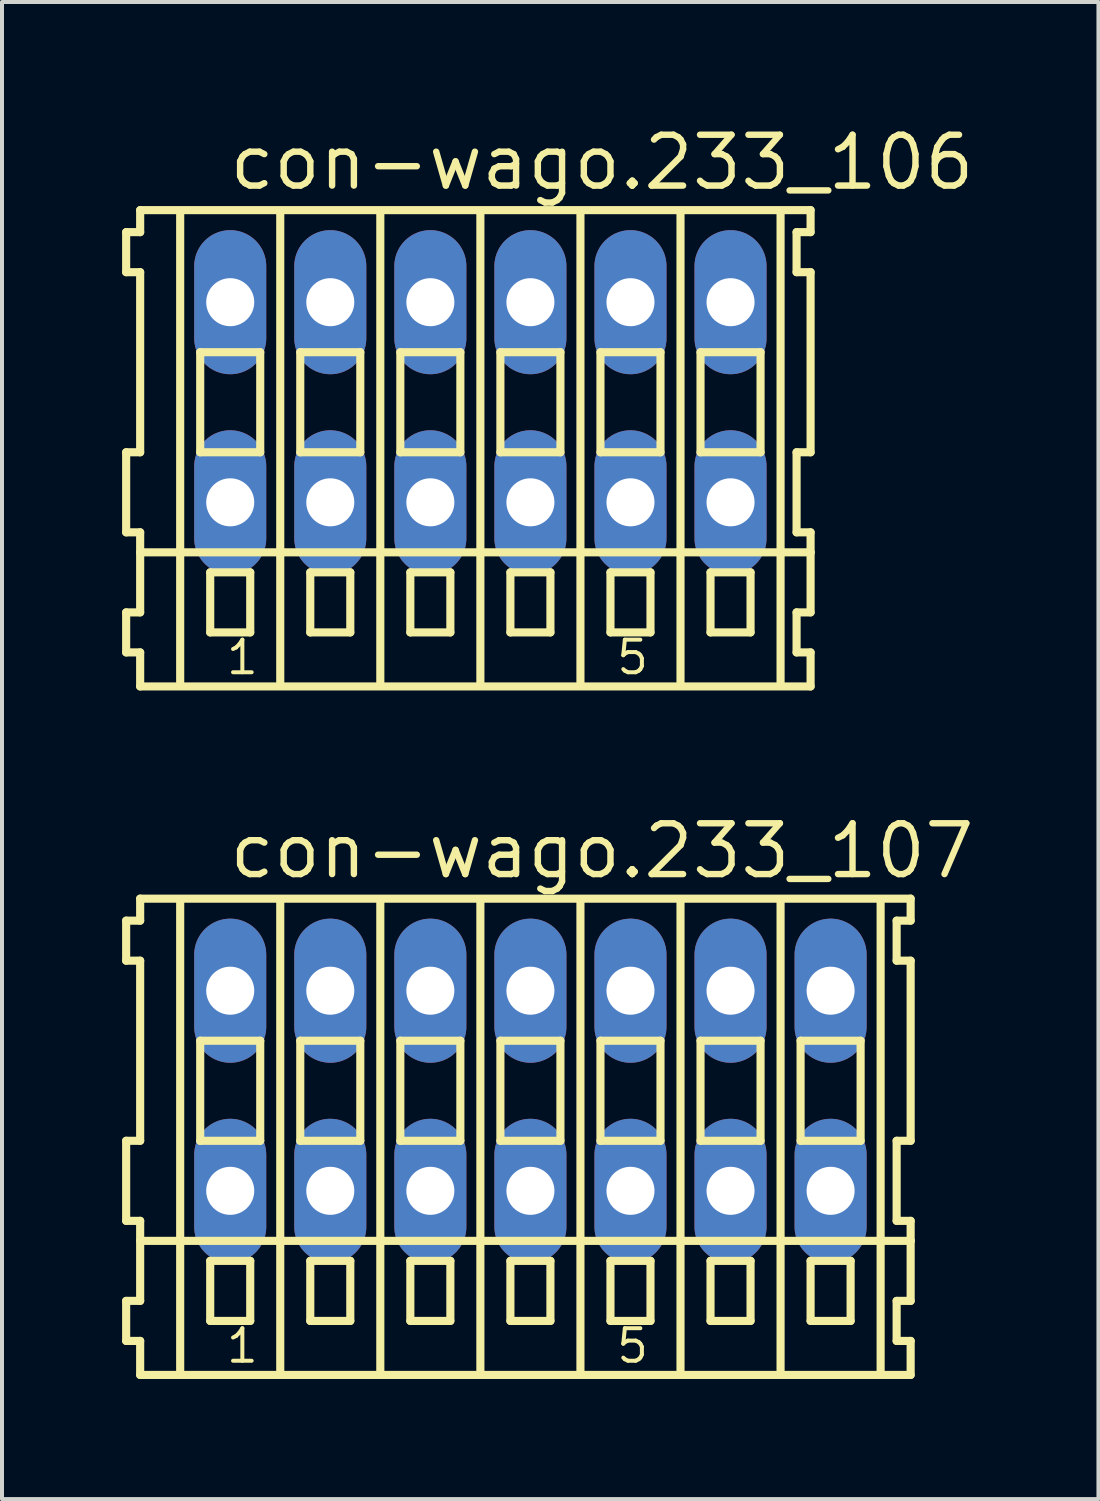
<source format=kicad_pcb>
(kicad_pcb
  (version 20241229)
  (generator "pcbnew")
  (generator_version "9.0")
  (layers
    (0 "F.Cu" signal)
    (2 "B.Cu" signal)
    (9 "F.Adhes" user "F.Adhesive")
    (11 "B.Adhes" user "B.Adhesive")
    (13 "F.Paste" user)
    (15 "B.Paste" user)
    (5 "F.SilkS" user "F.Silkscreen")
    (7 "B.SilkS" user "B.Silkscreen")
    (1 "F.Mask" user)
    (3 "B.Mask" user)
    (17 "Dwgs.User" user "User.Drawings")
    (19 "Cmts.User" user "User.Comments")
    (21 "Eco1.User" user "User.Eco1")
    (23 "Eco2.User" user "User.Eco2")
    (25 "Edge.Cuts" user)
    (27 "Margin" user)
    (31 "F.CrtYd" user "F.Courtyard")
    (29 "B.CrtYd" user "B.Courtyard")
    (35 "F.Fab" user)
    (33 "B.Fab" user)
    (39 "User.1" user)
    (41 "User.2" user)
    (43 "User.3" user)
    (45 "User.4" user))
  (footprint "con-wago.233_106"
    (layer "F.Cu")
    (at 8.952 7)
    (property "Reference" "con-wago.233_106" (at -6.35 -5.25 0) (layer "F.SilkS") (effects (font (size 1.27 1.27) (thickness 0.16)) (justify left bottom)))
    (attr through_hole)
    (fp_line (start -8.85 -4.25) (end -8.85 -3.25) (stroke (width 0.203) (type default)) (layer "F.SilkS"))
    (fp_line (start -8.85 -3.25) (end -8.5 -3.25) (stroke (width 0.203) (type default)) (layer "F.SilkS"))
    (fp_line (start -8.85 1.25) (end -8.85 3.25) (stroke (width 0.203) (type default)) (layer "F.SilkS"))
    (fp_line (start -8.85 3.25) (end -8.5 3.25) (stroke (width 0.203) (type default)) (layer "F.SilkS"))
    (fp_line (start -8.85 5.25) (end -8.85 6.25) (stroke (width 0.203) (type default)) (layer "F.SilkS"))
    (fp_line (start -8.85 6.25) (end -8.5 6.25) (stroke (width 0.203) (type default)) (layer "F.SilkS"))
    (fp_line (start -8.5 -4.8) (end -8.5 -4.25) (stroke (width 0.203) (type default)) (layer "F.SilkS"))
    (fp_line (start -8.5 -4.25) (end -8.85 -4.25) (stroke (width 0.203) (type default)) (layer "F.SilkS"))
    (fp_line (start -8.5 -3.25) (end -8.5 1.25) (stroke (width 0.203) (type default)) (layer "F.SilkS"))
    (fp_line (start -8.5 1.25) (end -8.85 1.25) (stroke (width 0.203) (type default)) (layer "F.SilkS"))
    (fp_line (start -8.5 3.25) (end -8.5 5.25) (stroke (width 0.203) (type default)) (layer "F.SilkS"))
    (fp_line (start -8.5 3.75) (end 8.25 3.75) (stroke (width 0.203) (type default)) (layer "F.SilkS"))
    (fp_line (start -8.5 5.25) (end -8.85 5.25) (stroke (width 0.203) (type default)) (layer "F.SilkS"))
    (fp_line (start -8.5 6.25) (end -8.5 7.1) (stroke (width 0.203) (type default)) (layer "F.SilkS"))
    (fp_line (start -8.5 7.1) (end 8.25 7.1) (stroke (width 0.203) (type default)) (layer "F.SilkS"))
    (fp_line (start -7.5 -4.75) (end -7.5 7) (stroke (width 0.203) (type default)) (layer "F.SilkS"))
    (fp_line (start -7 -1.25) (end -7 1.25) (stroke (width 0.203) (type default)) (layer "F.SilkS"))
    (fp_line (start -7 1.25) (end -5.5 1.25) (stroke (width 0.203) (type default)) (layer "F.SilkS"))
    (fp_line (start -6.75 4.25) (end -6.75 5.75) (stroke (width 0.203) (type default)) (layer "F.SilkS"))
    (fp_line (start -6.75 5.75) (end -5.75 5.75) (stroke (width 0.203) (type default)) (layer "F.SilkS"))
    (fp_line (start -5.75 4.25) (end -6.75 4.25) (stroke (width 0.203) (type default)) (layer "F.SilkS"))
    (fp_line (start -5.75 5.75) (end -5.75 4.25) (stroke (width 0.203) (type default)) (layer "F.SilkS"))
    (fp_line (start -5.5 -1.25) (end -7 -1.25) (stroke (width 0.203) (type default)) (layer "F.SilkS"))
    (fp_line (start -5.5 1.25) (end -5.5 -1.25) (stroke (width 0.203) (type default)) (layer "F.SilkS"))
    (fp_line (start -5 -4.75) (end -5 7) (stroke (width 0.203) (type default)) (layer "F.SilkS"))
    (fp_line (start -4.5 -1.25) (end -4.5 1.25) (stroke (width 0.203) (type default)) (layer "F.SilkS"))
    (fp_line (start -4.5 1.25) (end -3 1.25) (stroke (width 0.203) (type default)) (layer "F.SilkS"))
    (fp_line (start -4.25 4.25) (end -4.25 5.75) (stroke (width 0.203) (type default)) (layer "F.SilkS"))
    (fp_line (start -4.25 5.75) (end -3.25 5.75) (stroke (width 0.203) (type default)) (layer "F.SilkS"))
    (fp_line (start -3.25 4.25) (end -4.25 4.25) (stroke (width 0.203) (type default)) (layer "F.SilkS"))
    (fp_line (start -3.25 5.75) (end -3.25 4.25) (stroke (width 0.203) (type default)) (layer "F.SilkS"))
    (fp_line (start -3 -1.25) (end -4.5 -1.25) (stroke (width 0.203) (type default)) (layer "F.SilkS"))
    (fp_line (start -3 1.25) (end -3 -1.25) (stroke (width 0.203) (type default)) (layer "F.SilkS"))
    (fp_line (start -2.5 -4.75) (end -2.5 7) (stroke (width 0.203) (type default)) (layer "F.SilkS"))
    (fp_line (start -2 -1.25) (end -2 1.25) (stroke (width 0.203) (type default)) (layer "F.SilkS"))
    (fp_line (start -2 1.25) (end -0.5 1.25) (stroke (width 0.203) (type default)) (layer "F.SilkS"))
    (fp_line (start -1.75 4.25) (end -1.75 5.75) (stroke (width 0.203) (type default)) (layer "F.SilkS"))
    (fp_line (start -1.75 5.75) (end -0.75 5.75) (stroke (width 0.203) (type default)) (layer "F.SilkS"))
    (fp_line (start -0.75 4.25) (end -1.75 4.25) (stroke (width 0.203) (type default)) (layer "F.SilkS"))
    (fp_line (start -0.75 5.75) (end -0.75 4.25) (stroke (width 0.203) (type default)) (layer "F.SilkS"))
    (fp_line (start -0.5 -1.25) (end -2 -1.25) (stroke (width 0.203) (type default)) (layer "F.SilkS"))
    (fp_line (start -0.5 1.25) (end -0.5 -1.25) (stroke (width 0.203) (type default)) (layer "F.SilkS"))
    (fp_line (start 0 -4.75) (end 0 7) (stroke (width 0.203) (type default)) (layer "F.SilkS"))
    (fp_line (start 0.5 -1.25) (end 0.5 1.25) (stroke (width 0.203) (type default)) (layer "F.SilkS"))
    (fp_line (start 0.5 1.25) (end 2 1.25) (stroke (width 0.203) (type default)) (layer "F.SilkS"))
    (fp_line (start 0.75 4.25) (end 0.75 5.75) (stroke (width 0.203) (type default)) (layer "F.SilkS"))
    (fp_line (start 0.75 5.75) (end 1.75 5.75) (stroke (width 0.203) (type default)) (layer "F.SilkS"))
    (fp_line (start 1.75 4.25) (end 0.75 4.25) (stroke (width 0.203) (type default)) (layer "F.SilkS"))
    (fp_line (start 1.75 5.75) (end 1.75 4.25) (stroke (width 0.203) (type default)) (layer "F.SilkS"))
    (fp_line (start 2 -1.25) (end 0.5 -1.25) (stroke (width 0.203) (type default)) (layer "F.SilkS"))
    (fp_line (start 2 1.25) (end 2 -1.25) (stroke (width 0.203) (type default)) (layer "F.SilkS"))
    (fp_line (start 2.5 -4.75) (end 2.5 7) (stroke (width 0.203) (type default)) (layer "F.SilkS"))
    (fp_line (start 3 -1.25) (end 3 1.25) (stroke (width 0.203) (type default)) (layer "F.SilkS"))
    (fp_line (start 3 1.25) (end 4.5 1.25) (stroke (width 0.203) (type default)) (layer "F.SilkS"))
    (fp_line (start 3.25 4.25) (end 3.25 5.75) (stroke (width 0.203) (type default)) (layer "F.SilkS"))
    (fp_line (start 3.25 5.75) (end 4.25 5.75) (stroke (width 0.203) (type default)) (layer "F.SilkS"))
    (fp_line (start 4.25 4.25) (end 3.25 4.25) (stroke (width 0.203) (type default)) (layer "F.SilkS"))
    (fp_line (start 4.25 5.75) (end 4.25 4.25) (stroke (width 0.203) (type default)) (layer "F.SilkS"))
    (fp_line (start 4.5 -1.25) (end 3 -1.25) (stroke (width 0.203) (type default)) (layer "F.SilkS"))
    (fp_line (start 4.5 1.25) (end 4.5 -1.25) (stroke (width 0.203) (type default)) (layer "F.SilkS"))
    (fp_line (start 5 -4.75) (end 5 7) (stroke (width 0.203) (type default)) (layer "F.SilkS"))
    (fp_line (start 5.5 -1.25) (end 5.5 1.25) (stroke (width 0.203) (type default)) (layer "F.SilkS"))
    (fp_line (start 5.5 1.25) (end 7 1.25) (stroke (width 0.203) (type default)) (layer "F.SilkS"))
    (fp_line (start 5.75 4.25) (end 5.75 5.75) (stroke (width 0.203) (type default)) (layer "F.SilkS"))
    (fp_line (start 5.75 5.75) (end 6.75 5.75) (stroke (width 0.203) (type default)) (layer "F.SilkS"))
    (fp_line (start 6.75 4.25) (end 5.75 4.25) (stroke (width 0.203) (type default)) (layer "F.SilkS"))
    (fp_line (start 6.75 5.75) (end 6.75 4.25) (stroke (width 0.203) (type default)) (layer "F.SilkS"))
    (fp_line (start 7 -1.25) (end 5.5 -1.25) (stroke (width 0.203) (type default)) (layer "F.SilkS"))
    (fp_line (start 7 1.25) (end 7 -1.25) (stroke (width 0.203) (type default)) (layer "F.SilkS"))
    (fp_line (start 7.5 -4.75) (end 7.5 7) (stroke (width 0.203) (type default)) (layer "F.SilkS"))
    (fp_line (start 7.9 -4.25) (end 7.9 -3.25) (stroke (width 0.203) (type default)) (layer "F.SilkS"))
    (fp_line (start 7.9 -3.25) (end 8.25 -3.25) (stroke (width 0.203) (type default)) (layer "F.SilkS"))
    (fp_line (start 7.9 1.25) (end 7.9 3.25) (stroke (width 0.203) (type default)) (layer "F.SilkS"))
    (fp_line (start 7.9 3.25) (end 8.25 3.25) (stroke (width 0.203) (type default)) (layer "F.SilkS"))
    (fp_line (start 7.9 5.25) (end 7.9 6.25) (stroke (width 0.203) (type default)) (layer "F.SilkS"))
    (fp_line (start 7.9 6.25) (end 8.25 6.25) (stroke (width 0.203) (type default)) (layer "F.SilkS"))
    (fp_line (start 8.25 -4.8) (end -8.5 -4.8) (stroke (width 0.203) (type default)) (layer "F.SilkS"))
    (fp_line (start 8.25 -4.25) (end 7.9 -4.25) (stroke (width 0.203) (type default)) (layer "F.SilkS"))
    (fp_line (start 8.25 -4.25) (end 8.25 -4.8) (stroke (width 0.203) (type default)) (layer "F.SilkS"))
    (fp_line (start 8.25 1.25) (end 7.9 1.25) (stroke (width 0.203) (type default)) (layer "F.SilkS"))
    (fp_line (start 8.25 1.25) (end 8.25 -3.25) (stroke (width 0.203) (type default)) (layer "F.SilkS"))
    (fp_line (start 8.25 3.75) (end 8.25 3.25) (stroke (width 0.203) (type default)) (layer "F.SilkS"))
    (fp_line (start 8.25 5.25) (end 7.9 5.25) (stroke (width 0.203) (type default)) (layer "F.SilkS"))
    (fp_line (start 8.25 5.25) (end 8.25 3.75) (stroke (width 0.203) (type default)) (layer "F.SilkS"))
    (fp_line (start 8.25 7.1) (end 8.25 6.25) (stroke (width 0.203) (type default)) (layer "F.SilkS"))
    (fp_text user "5" (at 3.35 6.85 0) (layer "F.SilkS") (effects (font (size 0.813 0.813) (thickness 0.1)) (justify left bottom)))
    (fp_text user "1" (at -6.4 6.85 0) (layer "F.SilkS") (effects (font (size 0.813 0.813) (thickness 0.1)) (justify left bottom)))
    (pad "A1" thru_hole oval (at -6.25 -2.5 90) (size 3.6 1.8) (drill 1.2) (layers "*.Cu" "*.Mask"))
    (pad "A2" thru_hole oval (at -3.75 -2.5 90) (size 3.6 1.8) (drill 1.2) (layers "*.Cu" "*.Mask"))
    (pad "A3" thru_hole oval (at -1.25 -2.5 90) (size 3.6 1.8) (drill 1.2) (layers "*.Cu" "*.Mask"))
    (pad "A4" thru_hole oval (at 1.25 -2.5 90) (size 3.6 1.8) (drill 1.2) (layers "*.Cu" "*.Mask"))
    (pad "A5" thru_hole oval (at 3.75 -2.5 90) (size 3.6 1.8) (drill 1.2) (layers "*.Cu" "*.Mask"))
    (pad "A6" thru_hole oval (at 6.25 -2.5 90) (size 3.6 1.8) (drill 1.2) (layers "*.Cu" "*.Mask"))
    (pad "B1" thru_hole oval (at -6.25 2.5 90) (size 3.6 1.8) (drill 1.2) (layers "*.Cu" "*.Mask"))
    (pad "B2" thru_hole oval (at -3.75 2.5 90) (size 3.6 1.8) (drill 1.2) (layers "*.Cu" "*.Mask"))
    (pad "B3" thru_hole oval (at -1.25 2.5 90) (size 3.6 1.8) (drill 1.2) (layers "*.Cu" "*.Mask"))
    (pad "B4" thru_hole oval (at 1.25 2.5 90) (size 3.6 1.8) (drill 1.2) (layers "*.Cu" "*.Mask"))
    (pad "B5" thru_hole oval (at 3.75 2.5 90) (size 3.6 1.8) (drill 1.2) (layers "*.Cu" "*.Mask"))
    (pad "B6" thru_hole oval (at 6.25 2.5 90) (size 3.6 1.8) (drill 1.2) (layers "*.Cu" "*.Mask")))
  (footprint "con-wago.233_107"
    (layer "F.Cu")
    (at 10.202 24.202)
    (property "Reference" "con-wago.233_107" (at -7.6 -5.25 0) (layer "F.SilkS") (effects (font (size 1.27 1.27) (thickness 0.16)) (justify left bottom)))
    (attr through_hole)
    (fp_line (start -10.1 -4.25) (end -10.1 -3.25) (stroke (width 0.203) (type default)) (layer "F.SilkS"))
    (fp_line (start -10.1 -3.25) (end -9.75 -3.25) (stroke (width 0.203) (type default)) (layer "F.SilkS"))
    (fp_line (start -10.1 1.25) (end -10.1 3.25) (stroke (width 0.203) (type default)) (layer "F.SilkS"))
    (fp_line (start -10.1 3.25) (end -9.75 3.25) (stroke (width 0.203) (type default)) (layer "F.SilkS"))
    (fp_line (start -10.1 5.25) (end -10.1 6.25) (stroke (width 0.203) (type default)) (layer "F.SilkS"))
    (fp_line (start -10.1 6.25) (end -9.75 6.25) (stroke (width 0.203) (type default)) (layer "F.SilkS"))
    (fp_line (start -9.75 -4.8) (end -9.75 -4.25) (stroke (width 0.203) (type default)) (layer "F.SilkS"))
    (fp_line (start -9.75 -4.25) (end -10.1 -4.25) (stroke (width 0.203) (type default)) (layer "F.SilkS"))
    (fp_line (start -9.75 -3.25) (end -9.75 1.25) (stroke (width 0.203) (type default)) (layer "F.SilkS"))
    (fp_line (start -9.75 1.25) (end -10.1 1.25) (stroke (width 0.203) (type default)) (layer "F.SilkS"))
    (fp_line (start -9.75 3.25) (end -9.75 5.25) (stroke (width 0.203) (type default)) (layer "F.SilkS"))
    (fp_line (start -9.75 3.75) (end 9.5 3.75) (stroke (width 0.203) (type default)) (layer "F.SilkS"))
    (fp_line (start -9.75 5.25) (end -10.1 5.25) (stroke (width 0.203) (type default)) (layer "F.SilkS"))
    (fp_line (start -9.75 6.25) (end -9.75 7.1) (stroke (width 0.203) (type default)) (layer "F.SilkS"))
    (fp_line (start -9.75 7.1) (end 9.5 7.1) (stroke (width 0.203) (type default)) (layer "F.SilkS"))
    (fp_line (start -8.75 -4.75) (end -8.75 7) (stroke (width 0.203) (type default)) (layer "F.SilkS"))
    (fp_line (start -8.25 -1.25) (end -8.25 1.25) (stroke (width 0.203) (type default)) (layer "F.SilkS"))
    (fp_line (start -8.25 1.25) (end -6.75 1.25) (stroke (width 0.203) (type default)) (layer "F.SilkS"))
    (fp_line (start -8 4.25) (end -8 5.75) (stroke (width 0.203) (type default)) (layer "F.SilkS"))
    (fp_line (start -8 5.75) (end -7 5.75) (stroke (width 0.203) (type default)) (layer "F.SilkS"))
    (fp_line (start -7 4.25) (end -8 4.25) (stroke (width 0.203) (type default)) (layer "F.SilkS"))
    (fp_line (start -7 5.75) (end -7 4.25) (stroke (width 0.203) (type default)) (layer "F.SilkS"))
    (fp_line (start -6.75 -1.25) (end -8.25 -1.25) (stroke (width 0.203) (type default)) (layer "F.SilkS"))
    (fp_line (start -6.75 1.25) (end -6.75 -1.25) (stroke (width 0.203) (type default)) (layer "F.SilkS"))
    (fp_line (start -6.25 -4.75) (end -6.25 7) (stroke (width 0.203) (type default)) (layer "F.SilkS"))
    (fp_line (start -5.75 -1.25) (end -5.75 1.25) (stroke (width 0.203) (type default)) (layer "F.SilkS"))
    (fp_line (start -5.75 1.25) (end -4.25 1.25) (stroke (width 0.203) (type default)) (layer "F.SilkS"))
    (fp_line (start -5.5 4.25) (end -5.5 5.75) (stroke (width 0.203) (type default)) (layer "F.SilkS"))
    (fp_line (start -5.5 5.75) (end -4.5 5.75) (stroke (width 0.203) (type default)) (layer "F.SilkS"))
    (fp_line (start -4.5 4.25) (end -5.5 4.25) (stroke (width 0.203) (type default)) (layer "F.SilkS"))
    (fp_line (start -4.5 5.75) (end -4.5 4.25) (stroke (width 0.203) (type default)) (layer "F.SilkS"))
    (fp_line (start -4.25 -1.25) (end -5.75 -1.25) (stroke (width 0.203) (type default)) (layer "F.SilkS"))
    (fp_line (start -4.25 1.25) (end -4.25 -1.25) (stroke (width 0.203) (type default)) (layer "F.SilkS"))
    (fp_line (start -3.75 -4.75) (end -3.75 7) (stroke (width 0.203) (type default)) (layer "F.SilkS"))
    (fp_line (start -3.25 -1.25) (end -3.25 1.25) (stroke (width 0.203) (type default)) (layer "F.SilkS"))
    (fp_line (start -3.25 1.25) (end -1.75 1.25) (stroke (width 0.203) (type default)) (layer "F.SilkS"))
    (fp_line (start -3 4.25) (end -3 5.75) (stroke (width 0.203) (type default)) (layer "F.SilkS"))
    (fp_line (start -3 5.75) (end -2 5.75) (stroke (width 0.203) (type default)) (layer "F.SilkS"))
    (fp_line (start -2 4.25) (end -3 4.25) (stroke (width 0.203) (type default)) (layer "F.SilkS"))
    (fp_line (start -2 5.75) (end -2 4.25) (stroke (width 0.203) (type default)) (layer "F.SilkS"))
    (fp_line (start -1.75 -1.25) (end -3.25 -1.25) (stroke (width 0.203) (type default)) (layer "F.SilkS"))
    (fp_line (start -1.75 1.25) (end -1.75 -1.25) (stroke (width 0.203) (type default)) (layer "F.SilkS"))
    (fp_line (start -1.25 -4.75) (end -1.25 7) (stroke (width 0.203) (type default)) (layer "F.SilkS"))
    (fp_line (start -0.75 -1.25) (end -0.75 1.25) (stroke (width 0.203) (type default)) (layer "F.SilkS"))
    (fp_line (start -0.75 1.25) (end 0.75 1.25) (stroke (width 0.203) (type default)) (layer "F.SilkS"))
    (fp_line (start -0.5 4.25) (end -0.5 5.75) (stroke (width 0.203) (type default)) (layer "F.SilkS"))
    (fp_line (start -0.5 5.75) (end 0.5 5.75) (stroke (width 0.203) (type default)) (layer "F.SilkS"))
    (fp_line (start 0.5 4.25) (end -0.5 4.25) (stroke (width 0.203) (type default)) (layer "F.SilkS"))
    (fp_line (start 0.5 5.75) (end 0.5 4.25) (stroke (width 0.203) (type default)) (layer "F.SilkS"))
    (fp_line (start 0.75 -1.25) (end -0.75 -1.25) (stroke (width 0.203) (type default)) (layer "F.SilkS"))
    (fp_line (start 0.75 1.25) (end 0.75 -1.25) (stroke (width 0.203) (type default)) (layer "F.SilkS"))
    (fp_line (start 1.25 -4.75) (end 1.25 7) (stroke (width 0.203) (type default)) (layer "F.SilkS"))
    (fp_line (start 1.75 -1.25) (end 1.75 1.25) (stroke (width 0.203) (type default)) (layer "F.SilkS"))
    (fp_line (start 1.75 1.25) (end 3.25 1.25) (stroke (width 0.203) (type default)) (layer "F.SilkS"))
    (fp_line (start 2 4.25) (end 2 5.75) (stroke (width 0.203) (type default)) (layer "F.SilkS"))
    (fp_line (start 2 5.75) (end 3 5.75) (stroke (width 0.203) (type default)) (layer "F.SilkS"))
    (fp_line (start 3 4.25) (end 2 4.25) (stroke (width 0.203) (type default)) (layer "F.SilkS"))
    (fp_line (start 3 5.75) (end 3 4.25) (stroke (width 0.203) (type default)) (layer "F.SilkS"))
    (fp_line (start 3.25 -1.25) (end 1.75 -1.25) (stroke (width 0.203) (type default)) (layer "F.SilkS"))
    (fp_line (start 3.25 1.25) (end 3.25 -1.25) (stroke (width 0.203) (type default)) (layer "F.SilkS"))
    (fp_line (start 3.75 -4.75) (end 3.75 7) (stroke (width 0.203) (type default)) (layer "F.SilkS"))
    (fp_line (start 4.25 -1.25) (end 4.25 1.25) (stroke (width 0.203) (type default)) (layer "F.SilkS"))
    (fp_line (start 4.25 1.25) (end 5.75 1.25) (stroke (width 0.203) (type default)) (layer "F.SilkS"))
    (fp_line (start 4.5 4.25) (end 4.5 5.75) (stroke (width 0.203) (type default)) (layer "F.SilkS"))
    (fp_line (start 4.5 5.75) (end 5.5 5.75) (stroke (width 0.203) (type default)) (layer "F.SilkS"))
    (fp_line (start 5.5 4.25) (end 4.5 4.25) (stroke (width 0.203) (type default)) (layer "F.SilkS"))
    (fp_line (start 5.5 5.75) (end 5.5 4.25) (stroke (width 0.203) (type default)) (layer "F.SilkS"))
    (fp_line (start 5.75 -1.25) (end 4.25 -1.25) (stroke (width 0.203) (type default)) (layer "F.SilkS"))
    (fp_line (start 5.75 1.25) (end 5.75 -1.25) (stroke (width 0.203) (type default)) (layer "F.SilkS"))
    (fp_line (start 6.25 -4.75) (end 6.25 7) (stroke (width 0.203) (type default)) (layer "F.SilkS"))
    (fp_line (start 6.75 -1.25) (end 6.75 1.25) (stroke (width 0.203) (type default)) (layer "F.SilkS"))
    (fp_line (start 6.75 1.25) (end 8.25 1.25) (stroke (width 0.203) (type default)) (layer "F.SilkS"))
    (fp_line (start 7 4.25) (end 7 5.75) (stroke (width 0.203) (type default)) (layer "F.SilkS"))
    (fp_line (start 7 5.75) (end 8 5.75) (stroke (width 0.203) (type default)) (layer "F.SilkS"))
    (fp_line (start 8 4.25) (end 7 4.25) (stroke (width 0.203) (type default)) (layer "F.SilkS"))
    (fp_line (start 8 5.75) (end 8 4.25) (stroke (width 0.203) (type default)) (layer "F.SilkS"))
    (fp_line (start 8.25 -1.25) (end 6.75 -1.25) (stroke (width 0.203) (type default)) (layer "F.SilkS"))
    (fp_line (start 8.25 1.25) (end 8.25 -1.25) (stroke (width 0.203) (type default)) (layer "F.SilkS"))
    (fp_line (start 8.75 -4.75) (end 8.75 7) (stroke (width 0.203) (type default)) (layer "F.SilkS"))
    (fp_line (start 9.15 -4.25) (end 9.15 -3.25) (stroke (width 0.203) (type default)) (layer "F.SilkS"))
    (fp_line (start 9.15 -3.25) (end 9.5 -3.25) (stroke (width 0.203) (type default)) (layer "F.SilkS"))
    (fp_line (start 9.15 1.25) (end 9.15 3.25) (stroke (width 0.203) (type default)) (layer "F.SilkS"))
    (fp_line (start 9.15 3.25) (end 9.5 3.25) (stroke (width 0.203) (type default)) (layer "F.SilkS"))
    (fp_line (start 9.15 5.25) (end 9.15 6.25) (stroke (width 0.203) (type default)) (layer "F.SilkS"))
    (fp_line (start 9.15 6.25) (end 9.5 6.25) (stroke (width 0.203) (type default)) (layer "F.SilkS"))
    (fp_line (start 9.5 -4.8) (end -9.75 -4.8) (stroke (width 0.203) (type default)) (layer "F.SilkS"))
    (fp_line (start 9.5 -4.25) (end 9.15 -4.25) (stroke (width 0.203) (type default)) (layer "F.SilkS"))
    (fp_line (start 9.5 -4.25) (end 9.5 -4.8) (stroke (width 0.203) (type default)) (layer "F.SilkS"))
    (fp_line (start 9.5 1.25) (end 9.15 1.25) (stroke (width 0.203) (type default)) (layer "F.SilkS"))
    (fp_line (start 9.5 1.25) (end 9.5 -3.25) (stroke (width 0.203) (type default)) (layer "F.SilkS"))
    (fp_line (start 9.5 3.75) (end 9.5 3.25) (stroke (width 0.203) (type default)) (layer "F.SilkS"))
    (fp_line (start 9.5 5.25) (end 9.15 5.25) (stroke (width 0.203) (type default)) (layer "F.SilkS"))
    (fp_line (start 9.5 5.25) (end 9.5 3.75) (stroke (width 0.203) (type default)) (layer "F.SilkS"))
    (fp_line (start 9.5 7.1) (end 9.5 6.25) (stroke (width 0.203) (type default)) (layer "F.SilkS"))
    (fp_text user "1" (at -7.65 6.85 0) (layer "F.SilkS") (effects (font (size 0.813 0.813) (thickness 0.1)) (justify left bottom)))
    (fp_text user "5" (at 2.1 6.85 0) (layer "F.SilkS") (effects (font (size 0.813 0.813) (thickness 0.1)) (justify left bottom)))
    (pad "A1" thru_hole oval (at -7.5 -2.5 90) (size 3.6 1.8) (drill 1.2) (layers "*.Cu" "*.Mask"))
    (pad "A2" thru_hole oval (at -5 -2.5 90) (size 3.6 1.8) (drill 1.2) (layers "*.Cu" "*.Mask"))
    (pad "A3" thru_hole oval (at -2.5 -2.5 90) (size 3.6 1.8) (drill 1.2) (layers "*.Cu" "*.Mask"))
    (pad "A4" thru_hole oval (at 0 -2.5 90) (size 3.6 1.8) (drill 1.2) (layers "*.Cu" "*.Mask"))
    (pad "A5" thru_hole oval (at 2.5 -2.5 90) (size 3.6 1.8) (drill 1.2) (layers "*.Cu" "*.Mask"))
    (pad "A6" thru_hole oval (at 5 -2.5 90) (size 3.6 1.8) (drill 1.2) (layers "*.Cu" "*.Mask"))
    (pad "A7" thru_hole oval (at 7.5 -2.5 90) (size 3.6 1.8) (drill 1.2) (layers "*.Cu" "*.Mask"))
    (pad "B1" thru_hole oval (at -7.5 2.5 90) (size 3.6 1.8) (drill 1.2) (layers "*.Cu" "*.Mask"))
    (pad "B2" thru_hole oval (at -5 2.5 90) (size 3.6 1.8) (drill 1.2) (layers "*.Cu" "*.Mask"))
    (pad "B3" thru_hole oval (at -2.5 2.5 90) (size 3.6 1.8) (drill 1.2) (layers "*.Cu" "*.Mask"))
    (pad "B4" thru_hole oval (at 0 2.5 90) (size 3.6 1.8) (drill 1.2) (layers "*.Cu" "*.Mask"))
    (pad "B5" thru_hole oval (at 2.5 2.5 90) (size 3.6 1.8) (drill 1.2) (layers "*.Cu" "*.Mask"))
    (pad "B6" thru_hole oval (at 5 2.5 90) (size 3.6 1.8) (drill 1.2) (layers "*.Cu" "*.Mask"))
    (pad "B7" thru_hole oval (at 7.5 2.5 90) (size 3.6 1.8) (drill 1.2) (layers "*.Cu" "*.Mask")))
  (gr_rect
    (start -3 -3)
    (end 24.394 34.403)
    (stroke (width 0.1) (type default))
    (fill no)
    (layer "Edge.Cuts")))
</source>
